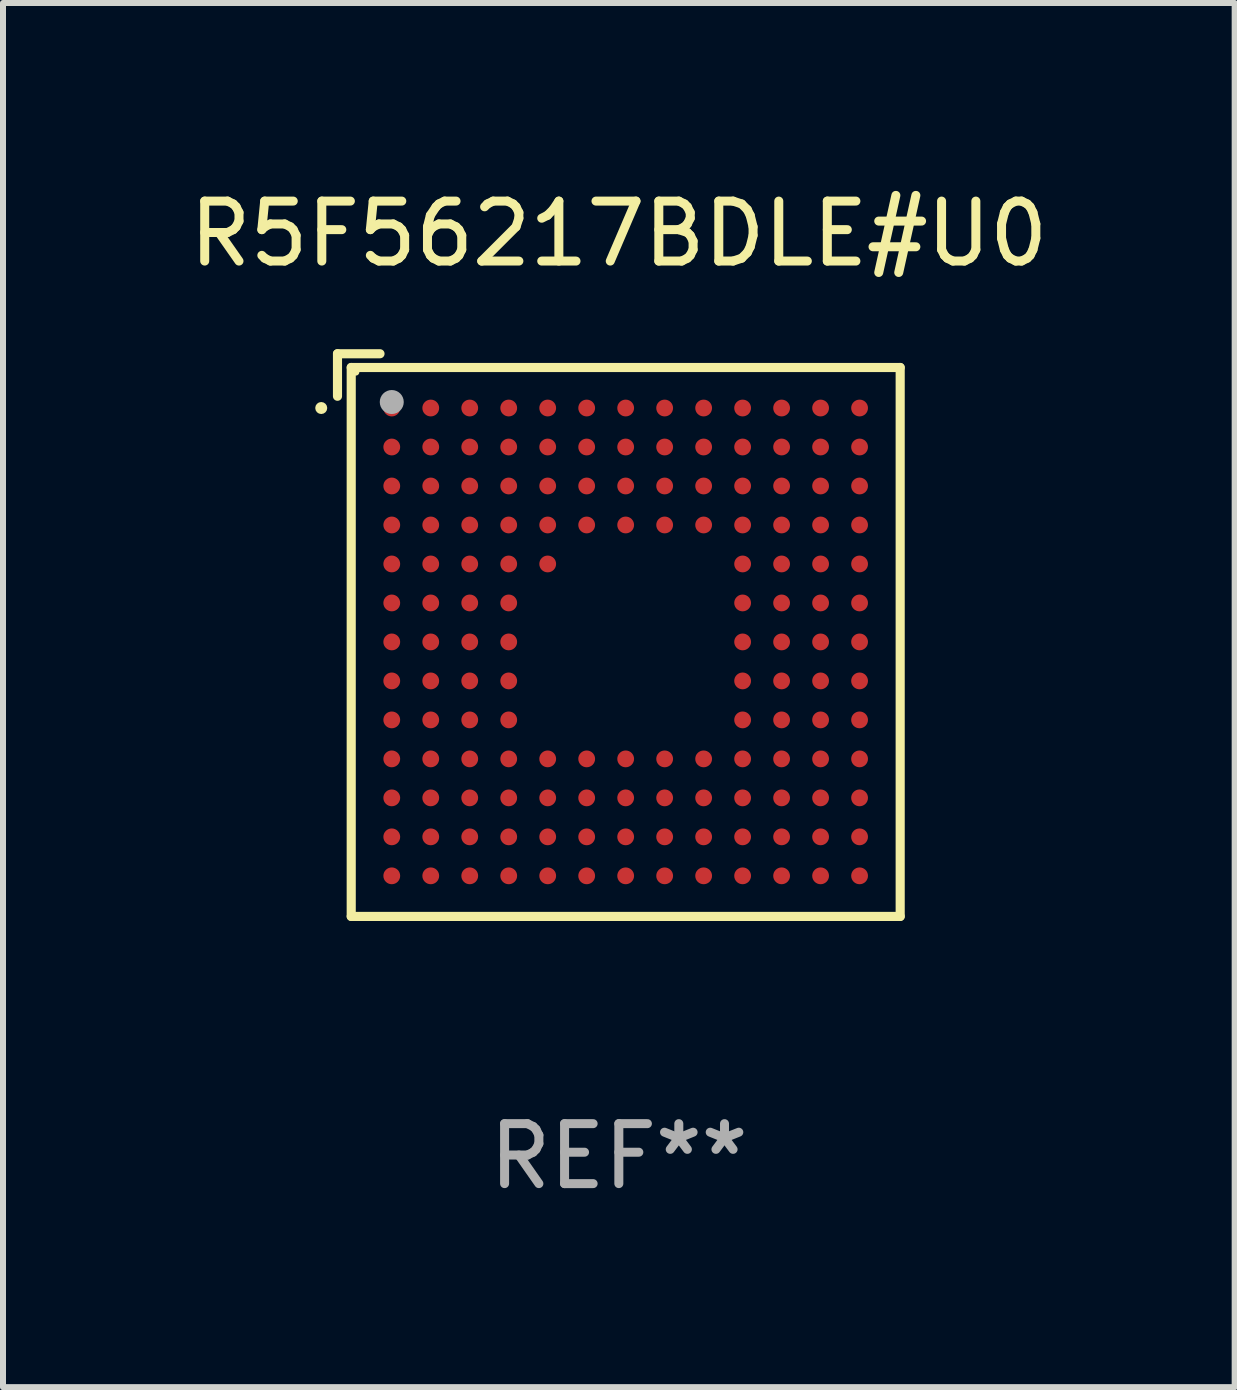
<source format=kicad_pcb>
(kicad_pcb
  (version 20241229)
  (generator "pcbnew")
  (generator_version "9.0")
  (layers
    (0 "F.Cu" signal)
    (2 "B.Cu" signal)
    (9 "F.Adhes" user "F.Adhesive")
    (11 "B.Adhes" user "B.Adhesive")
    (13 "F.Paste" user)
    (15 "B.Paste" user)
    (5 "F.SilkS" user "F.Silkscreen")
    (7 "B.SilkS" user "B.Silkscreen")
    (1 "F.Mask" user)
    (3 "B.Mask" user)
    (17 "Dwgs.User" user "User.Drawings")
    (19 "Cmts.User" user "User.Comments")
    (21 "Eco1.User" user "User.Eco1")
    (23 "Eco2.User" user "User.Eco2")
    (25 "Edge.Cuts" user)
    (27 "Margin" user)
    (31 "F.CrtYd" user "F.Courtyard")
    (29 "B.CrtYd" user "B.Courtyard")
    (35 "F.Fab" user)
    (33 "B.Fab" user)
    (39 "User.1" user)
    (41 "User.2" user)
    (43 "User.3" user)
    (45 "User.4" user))
  (footprint "R5F56217BDLE#U0"
    (layer "F.Cu")
    (at 7.268 7.539)
    (property "Reference" "R5F56217BDLE#U0" (at 0 -6.691 0) (layer "F.SilkS") (effects (font (size 1 1) (thickness 0.15))))
    (attr through_hole)
    (fp_line (start -4.691 -4.691) (end -3.982 -4.691) (stroke (width 0.152) (type solid)) (layer "F.SilkS"))
    (fp_line (start -4.691 -3.982) (end -4.691 -4.691) (stroke (width 0.152) (type solid)) (layer "F.SilkS"))
    (fp_line (start -4.462 -4.462) (end 4.691 -4.462) (stroke (width 0.152) (type solid)) (layer "F.SilkS"))
    (fp_line (start -4.462 4.691) (end -4.462 -4.462) (stroke (width 0.152) (type solid)) (layer "F.SilkS"))
    (fp_line (start 4.691 -4.462) (end 4.691 4.691) (stroke (width 0.152) (type solid)) (layer "F.SilkS"))
    (fp_line (start 4.691 4.691) (end -4.462 4.691) (stroke (width 0.152) (type solid)) (layer "F.SilkS"))
    (fp_circle (center -4.962 -3.786) (end -4.912 -3.786) (stroke (width 0.1) (type solid)) (fill no) (layer "F.SilkS"))
    (fp_circle (center -4.386 -4.386) (end -4.356 -4.386) (stroke (width 0.06) (type solid)) (fill no) (layer "F.SilkS"))
    (fp_circle (center -3.786 -3.886) (end -3.686 -3.886) (stroke (width 0.2) (type solid)) (fill no) (layer "F.Fab"))
    (fp_text user "REF**" (at 0 8.691 0) (layer "F.Fab") (effects (font (size 1 1) (thickness 0.15))))
    (pad "A1" smd circle (at -3.786 -3.786) (size 0.28 0.28) (layers "F.Cu" "F.Mask" "F.Paste"))
    (pad "A2" smd circle (at -3.136 -3.786) (size 0.28 0.28) (layers "F.Cu" "F.Mask" "F.Paste"))
    (pad "A3" smd circle (at -2.486 -3.786) (size 0.28 0.28) (layers "F.Cu" "F.Mask" "F.Paste"))
    (pad "A4" smd circle (at -1.836 -3.786) (size 0.28 0.28) (layers "F.Cu" "F.Mask" "F.Paste"))
    (pad "A5" smd circle (at -1.186 -3.786) (size 0.28 0.28) (layers "F.Cu" "F.Mask" "F.Paste"))
    (pad "A6" smd circle (at -0.536 -3.786) (size 0.28 0.28) (layers "F.Cu" "F.Mask" "F.Paste"))
    (pad "A7" smd circle (at 0.114 -3.786) (size 0.28 0.28) (layers "F.Cu" "F.Mask" "F.Paste"))
    (pad "A8" smd circle (at 0.764 -3.786) (size 0.28 0.28) (layers "F.Cu" "F.Mask" "F.Paste"))
    (pad "A9" smd circle (at 1.414 -3.786) (size 0.28 0.28) (layers "F.Cu" "F.Mask" "F.Paste"))
    (pad "A10" smd circle (at 2.064 -3.786) (size 0.28 0.28) (layers "F.Cu" "F.Mask" "F.Paste"))
    (pad "A11" smd circle (at 2.714 -3.786) (size 0.28 0.28) (layers "F.Cu" "F.Mask" "F.Paste"))
    (pad "A12" smd circle (at 3.364 -3.786) (size 0.28 0.28) (layers "F.Cu" "F.Mask" "F.Paste"))
    (pad "A13" smd circle (at 4.014 -3.786) (size 0.28 0.28) (layers "F.Cu" "F.Mask" "F.Paste"))
    (pad "B1" smd circle (at -3.786 -3.136) (size 0.28 0.28) (layers "F.Cu" "F.Mask" "F.Paste"))
    (pad "B2" smd circle (at -3.136 -3.136) (size 0.28 0.28) (layers "F.Cu" "F.Mask" "F.Paste"))
    (pad "B3" smd circle (at -2.486 -3.136) (size 0.28 0.28) (layers "F.Cu" "F.Mask" "F.Paste"))
    (pad "B4" smd circle (at -1.836 -3.136) (size 0.28 0.28) (layers "F.Cu" "F.Mask" "F.Paste"))
    (pad "B5" smd circle (at -1.186 -3.136) (size 0.28 0.28) (layers "F.Cu" "F.Mask" "F.Paste"))
    (pad "B6" smd circle (at -0.536 -3.136) (size 0.28 0.28) (layers "F.Cu" "F.Mask" "F.Paste"))
    (pad "B7" smd circle (at 0.114 -3.136) (size 0.28 0.28) (layers "F.Cu" "F.Mask" "F.Paste"))
    (pad "B8" smd circle (at 0.764 -3.136) (size 0.28 0.28) (layers "F.Cu" "F.Mask" "F.Paste"))
    (pad "B9" smd circle (at 1.414 -3.136) (size 0.28 0.28) (layers "F.Cu" "F.Mask" "F.Paste"))
    (pad "B10" smd circle (at 2.064 -3.136) (size 0.28 0.28) (layers "F.Cu" "F.Mask" "F.Paste"))
    (pad "B11" smd circle (at 2.714 -3.136) (size 0.28 0.28) (layers "F.Cu" "F.Mask" "F.Paste"))
    (pad "B12" smd circle (at 3.364 -3.136) (size 0.28 0.28) (layers "F.Cu" "F.Mask" "F.Paste"))
    (pad "B13" smd circle (at 4.014 -3.136) (size 0.28 0.28) (layers "F.Cu" "F.Mask" "F.Paste"))
    (pad "C1" smd circle (at -3.786 -2.486) (size 0.28 0.28) (layers "F.Cu" "F.Mask" "F.Paste"))
    (pad "C2" smd circle (at -3.136 -2.486) (size 0.28 0.28) (layers "F.Cu" "F.Mask" "F.Paste"))
    (pad "C3" smd circle (at -2.486 -2.486) (size 0.28 0.28) (layers "F.Cu" "F.Mask" "F.Paste"))
    (pad "C4" smd circle (at -1.836 -2.486) (size 0.28 0.28) (layers "F.Cu" "F.Mask" "F.Paste"))
    (pad "C5" smd circle (at -1.186 -2.486) (size 0.28 0.28) (layers "F.Cu" "F.Mask" "F.Paste"))
    (pad "C6" smd circle (at -0.536 -2.486) (size 0.28 0.28) (layers "F.Cu" "F.Mask" "F.Paste"))
    (pad "C7" smd circle (at 0.114 -2.486) (size 0.28 0.28) (layers "F.Cu" "F.Mask" "F.Paste"))
    (pad "C8" smd circle (at 0.764 -2.486) (size 0.28 0.28) (layers "F.Cu" "F.Mask" "F.Paste"))
    (pad "C9" smd circle (at 1.414 -2.486) (size 0.28 0.28) (layers "F.Cu" "F.Mask" "F.Paste"))
    (pad "C10" smd circle (at 2.064 -2.486) (size 0.28 0.28) (layers "F.Cu" "F.Mask" "F.Paste"))
    (pad "C11" smd circle (at 2.714 -2.486) (size 0.28 0.28) (layers "F.Cu" "F.Mask" "F.Paste"))
    (pad "C12" smd circle (at 3.364 -2.486) (size 0.28 0.28) (layers "F.Cu" "F.Mask" "F.Paste"))
    (pad "C13" smd circle (at 4.014 -2.486) (size 0.28 0.28) (layers "F.Cu" "F.Mask" "F.Paste"))
    (pad "D1" smd circle (at -3.786 -1.836) (size 0.28 0.28) (layers "F.Cu" "F.Mask" "F.Paste"))
    (pad "D2" smd circle (at -3.136 -1.836) (size 0.28 0.28) (layers "F.Cu" "F.Mask" "F.Paste"))
    (pad "D3" smd circle (at -2.486 -1.836) (size 0.28 0.28) (layers "F.Cu" "F.Mask" "F.Paste"))
    (pad "D4" smd circle (at -1.836 -1.836) (size 0.28 0.28) (layers "F.Cu" "F.Mask" "F.Paste"))
    (pad "D5" smd circle (at -1.186 -1.836) (size 0.28 0.28) (layers "F.Cu" "F.Mask" "F.Paste"))
    (pad "D6" smd circle (at -0.536 -1.836) (size 0.28 0.28) (layers "F.Cu" "F.Mask" "F.Paste"))
    (pad "D7" smd circle (at 0.114 -1.836) (size 0.28 0.28) (layers "F.Cu" "F.Mask" "F.Paste"))
    (pad "D8" smd circle (at 0.764 -1.836) (size 0.28 0.28) (layers "F.Cu" "F.Mask" "F.Paste"))
    (pad "D9" smd circle (at 1.414 -1.836) (size 0.28 0.28) (layers "F.Cu" "F.Mask" "F.Paste"))
    (pad "D10" smd circle (at 2.064 -1.836) (size 0.28 0.28) (layers "F.Cu" "F.Mask" "F.Paste"))
    (pad "D11" smd circle (at 2.714 -1.836) (size 0.28 0.28) (layers "F.Cu" "F.Mask" "F.Paste"))
    (pad "D12" smd circle (at 3.364 -1.836) (size 0.28 0.28) (layers "F.Cu" "F.Mask" "F.Paste"))
    (pad "D13" smd circle (at 4.014 -1.836) (size 0.28 0.28) (layers "F.Cu" "F.Mask" "F.Paste"))
    (pad "E1" smd circle (at -3.786 -1.186) (size 0.28 0.28) (layers "F.Cu" "F.Mask" "F.Paste"))
    (pad "E2" smd circle (at -3.136 -1.186) (size 0.28 0.28) (layers "F.Cu" "F.Mask" "F.Paste"))
    (pad "E3" smd circle (at -2.486 -1.186) (size 0.28 0.28) (layers "F.Cu" "F.Mask" "F.Paste"))
    (pad "E4" smd circle (at -1.836 -1.186) (size 0.28 0.28) (layers "F.Cu" "F.Mask" "F.Paste"))
    (pad "E5" smd circle (at -1.186 -1.186) (size 0.28 0.28) (layers "F.Cu" "F.Mask" "F.Paste"))
    (pad "E10" smd circle (at 2.064 -1.186) (size 0.28 0.28) (layers "F.Cu" "F.Mask" "F.Paste"))
    (pad "E11" smd circle (at 2.714 -1.186) (size 0.28 0.28) (layers "F.Cu" "F.Mask" "F.Paste"))
    (pad "E12" smd circle (at 3.364 -1.186) (size 0.28 0.28) (layers "F.Cu" "F.Mask" "F.Paste"))
    (pad "E13" smd circle (at 4.014 -1.186) (size 0.28 0.28) (layers "F.Cu" "F.Mask" "F.Paste"))
    (pad "F1" smd circle (at -3.786 -0.536) (size 0.28 0.28) (layers "F.Cu" "F.Mask" "F.Paste"))
    (pad "F2" smd circle (at -3.136 -0.536) (size 0.28 0.28) (layers "F.Cu" "F.Mask" "F.Paste"))
    (pad "F3" smd circle (at -2.486 -0.536) (size 0.28 0.28) (layers "F.Cu" "F.Mask" "F.Paste"))
    (pad "F4" smd circle (at -1.836 -0.536) (size 0.28 0.28) (layers "F.Cu" "F.Mask" "F.Paste"))
    (pad "F10" smd circle (at 2.064 -0.536) (size 0.28 0.28) (layers "F.Cu" "F.Mask" "F.Paste"))
    (pad "F11" smd circle (at 2.714 -0.536) (size 0.28 0.28) (layers "F.Cu" "F.Mask" "F.Paste"))
    (pad "F12" smd circle (at 3.364 -0.536) (size 0.28 0.28) (layers "F.Cu" "F.Mask" "F.Paste"))
    (pad "F13" smd circle (at 4.014 -0.536) (size 0.28 0.28) (layers "F.Cu" "F.Mask" "F.Paste"))
    (pad "G1" smd circle (at -3.786 0.114) (size 0.28 0.28) (layers "F.Cu" "F.Mask" "F.Paste"))
    (pad "G2" smd circle (at -3.136 0.114) (size 0.28 0.28) (layers "F.Cu" "F.Mask" "F.Paste"))
    (pad "G3" smd circle (at -2.486 0.114) (size 0.28 0.28) (layers "F.Cu" "F.Mask" "F.Paste"))
    (pad "G4" smd circle (at -1.836 0.114) (size 0.28 0.28) (layers "F.Cu" "F.Mask" "F.Paste"))
    (pad "G10" smd circle (at 2.064 0.114) (size 0.28 0.28) (layers "F.Cu" "F.Mask" "F.Paste"))
    (pad "G11" smd circle (at 2.714 0.114) (size 0.28 0.28) (layers "F.Cu" "F.Mask" "F.Paste"))
    (pad "G12" smd circle (at 3.364 0.114) (size 0.28 0.28) (layers "F.Cu" "F.Mask" "F.Paste"))
    (pad "G13" smd circle (at 4.014 0.114) (size 0.28 0.28) (layers "F.Cu" "F.Mask" "F.Paste"))
    (pad "H1" smd circle (at -3.786 0.764) (size 0.28 0.28) (layers "F.Cu" "F.Mask" "F.Paste"))
    (pad "H2" smd circle (at -3.136 0.764) (size 0.28 0.28) (layers "F.Cu" "F.Mask" "F.Paste"))
    (pad "H3" smd circle (at -2.486 0.764) (size 0.28 0.28) (layers "F.Cu" "F.Mask" "F.Paste"))
    (pad "H4" smd circle (at -1.836 0.764) (size 0.28 0.28) (layers "F.Cu" "F.Mask" "F.Paste"))
    (pad "H10" smd circle (at 2.064 0.764) (size 0.28 0.28) (layers "F.Cu" "F.Mask" "F.Paste"))
    (pad "H11" smd circle (at 2.714 0.764) (size 0.28 0.28) (layers "F.Cu" "F.Mask" "F.Paste"))
    (pad "H12" smd circle (at 3.364 0.764) (size 0.28 0.28) (layers "F.Cu" "F.Mask" "F.Paste"))
    (pad "H13" smd circle (at 4.014 0.764) (size 0.28 0.28) (layers "F.Cu" "F.Mask" "F.Paste"))
    (pad "J1" smd circle (at -3.786 1.414) (size 0.28 0.28) (layers "F.Cu" "F.Mask" "F.Paste"))
    (pad "J2" smd circle (at -3.136 1.414) (size 0.28 0.28) (layers "F.Cu" "F.Mask" "F.Paste"))
    (pad "J3" smd circle (at -2.486 1.414) (size 0.28 0.28) (layers "F.Cu" "F.Mask" "F.Paste"))
    (pad "J4" smd circle (at -1.836 1.414) (size 0.28 0.28) (layers "F.Cu" "F.Mask" "F.Paste"))
    (pad "J10" smd circle (at 2.064 1.414) (size 0.28 0.28) (layers "F.Cu" "F.Mask" "F.Paste"))
    (pad "J11" smd circle (at 2.714 1.414) (size 0.28 0.28) (layers "F.Cu" "F.Mask" "F.Paste"))
    (pad "J12" smd circle (at 3.364 1.414) (size 0.28 0.28) (layers "F.Cu" "F.Mask" "F.Paste"))
    (pad "J13" smd circle (at 4.014 1.414) (size 0.28 0.28) (layers "F.Cu" "F.Mask" "F.Paste"))
    (pad "K1" smd circle (at -3.786 2.064) (size 0.28 0.28) (layers "F.Cu" "F.Mask" "F.Paste"))
    (pad "K2" smd circle (at -3.136 2.064) (size 0.28 0.28) (layers "F.Cu" "F.Mask" "F.Paste"))
    (pad "K3" smd circle (at -2.486 2.064) (size 0.28 0.28) (layers "F.Cu" "F.Mask" "F.Paste"))
    (pad "K4" smd circle (at -1.836 2.064) (size 0.28 0.28) (layers "F.Cu" "F.Mask" "F.Paste"))
    (pad "K5" smd circle (at -1.186 2.064) (size 0.28 0.28) (layers "F.Cu" "F.Mask" "F.Paste"))
    (pad "K6" smd circle (at -0.536 2.064) (size 0.28 0.28) (layers "F.Cu" "F.Mask" "F.Paste"))
    (pad "K7" smd circle (at 0.114 2.064) (size 0.28 0.28) (layers "F.Cu" "F.Mask" "F.Paste"))
    (pad "K8" smd circle (at 0.764 2.064) (size 0.28 0.28) (layers "F.Cu" "F.Mask" "F.Paste"))
    (pad "K9" smd circle (at 1.414 2.064) (size 0.28 0.28) (layers "F.Cu" "F.Mask" "F.Paste"))
    (pad "K10" smd circle (at 2.064 2.064) (size 0.28 0.28) (layers "F.Cu" "F.Mask" "F.Paste"))
    (pad "K11" smd circle (at 2.714 2.064) (size 0.28 0.28) (layers "F.Cu" "F.Mask" "F.Paste"))
    (pad "K12" smd circle (at 3.364 2.064) (size 0.28 0.28) (layers "F.Cu" "F.Mask" "F.Paste"))
    (pad "K13" smd circle (at 4.014 2.064) (size 0.28 0.28) (layers "F.Cu" "F.Mask" "F.Paste"))
    (pad "L1" smd circle (at -3.786 2.714) (size 0.28 0.28) (layers "F.Cu" "F.Mask" "F.Paste"))
    (pad "L2" smd circle (at -3.136 2.714) (size 0.28 0.28) (layers "F.Cu" "F.Mask" "F.Paste"))
    (pad "L3" smd circle (at -2.486 2.714) (size 0.28 0.28) (layers "F.Cu" "F.Mask" "F.Paste"))
    (pad "L4" smd circle (at -1.836 2.714) (size 0.28 0.28) (layers "F.Cu" "F.Mask" "F.Paste"))
    (pad "L5" smd circle (at -1.186 2.714) (size 0.28 0.28) (layers "F.Cu" "F.Mask" "F.Paste"))
    (pad "L6" smd circle (at -0.536 2.714) (size 0.28 0.28) (layers "F.Cu" "F.Mask" "F.Paste"))
    (pad "L7" smd circle (at 0.114 2.714) (size 0.28 0.28) (layers "F.Cu" "F.Mask" "F.Paste"))
    (pad "L8" smd circle (at 0.764 2.714) (size 0.28 0.28) (layers "F.Cu" "F.Mask" "F.Paste"))
    (pad "L9" smd circle (at 1.414 2.714) (size 0.28 0.28) (layers "F.Cu" "F.Mask" "F.Paste"))
    (pad "L10" smd circle (at 2.064 2.714) (size 0.28 0.28) (layers "F.Cu" "F.Mask" "F.Paste"))
    (pad "L11" smd circle (at 2.714 2.714) (size 0.28 0.28) (layers "F.Cu" "F.Mask" "F.Paste"))
    (pad "L12" smd circle (at 3.364 2.714) (size 0.28 0.28) (layers "F.Cu" "F.Mask" "F.Paste"))
    (pad "L13" smd circle (at 4.014 2.714) (size 0.28 0.28) (layers "F.Cu" "F.Mask" "F.Paste"))
    (pad "M1" smd circle (at -3.786 3.364) (size 0.28 0.28) (layers "F.Cu" "F.Mask" "F.Paste"))
    (pad "M2" smd circle (at -3.136 3.364) (size 0.28 0.28) (layers "F.Cu" "F.Mask" "F.Paste"))
    (pad "M3" smd circle (at -2.486 3.364) (size 0.28 0.28) (layers "F.Cu" "F.Mask" "F.Paste"))
    (pad "M4" smd circle (at -1.836 3.364) (size 0.28 0.28) (layers "F.Cu" "F.Mask" "F.Paste"))
    (pad "M5" smd circle (at -1.186 3.364) (size 0.28 0.28) (layers "F.Cu" "F.Mask" "F.Paste"))
    (pad "M6" smd circle (at -0.536 3.364) (size 0.28 0.28) (layers "F.Cu" "F.Mask" "F.Paste"))
    (pad "M7" smd circle (at 0.114 3.364) (size 0.28 0.28) (layers "F.Cu" "F.Mask" "F.Paste"))
    (pad "M8" smd circle (at 0.764 3.364) (size 0.28 0.28) (layers "F.Cu" "F.Mask" "F.Paste"))
    (pad "M9" smd circle (at 1.414 3.364) (size 0.28 0.28) (layers "F.Cu" "F.Mask" "F.Paste"))
    (pad "M10" smd circle (at 2.064 3.364) (size 0.28 0.28) (layers "F.Cu" "F.Mask" "F.Paste"))
    (pad "M11" smd circle (at 2.714 3.364) (size 0.28 0.28) (layers "F.Cu" "F.Mask" "F.Paste"))
    (pad "M12" smd circle (at 3.364 3.364) (size 0.28 0.28) (layers "F.Cu" "F.Mask" "F.Paste"))
    (pad "M13" smd circle (at 4.014 3.364) (size 0.28 0.28) (layers "F.Cu" "F.Mask" "F.Paste"))
    (pad "N1" smd circle (at -3.786 4.014) (size 0.28 0.28) (layers "F.Cu" "F.Mask" "F.Paste"))
    (pad "N2" smd circle (at -3.136 4.014) (size 0.28 0.28) (layers "F.Cu" "F.Mask" "F.Paste"))
    (pad "N3" smd circle (at -2.486 4.014) (size 0.28 0.28) (layers "F.Cu" "F.Mask" "F.Paste"))
    (pad "N4" smd circle (at -1.836 4.014) (size 0.28 0.28) (layers "F.Cu" "F.Mask" "F.Paste"))
    (pad "N5" smd circle (at -1.186 4.014) (size 0.28 0.28) (layers "F.Cu" "F.Mask" "F.Paste"))
    (pad "N6" smd circle (at -0.536 4.014) (size 0.28 0.28) (layers "F.Cu" "F.Mask" "F.Paste"))
    (pad "N7" smd circle (at 0.114 4.014) (size 0.28 0.28) (layers "F.Cu" "F.Mask" "F.Paste"))
    (pad "N8" smd circle (at 0.764 4.014) (size 0.28 0.28) (layers "F.Cu" "F.Mask" "F.Paste"))
    (pad "N9" smd circle (at 1.414 4.014) (size 0.28 0.28) (layers "F.Cu" "F.Mask" "F.Paste"))
    (pad "N10" smd circle (at 2.064 4.014) (size 0.28 0.28) (layers "F.Cu" "F.Mask" "F.Paste"))
    (pad "N11" smd circle (at 2.714 4.014) (size 0.28 0.28) (layers "F.Cu" "F.Mask" "F.Paste"))
    (pad "N12" smd circle (at 3.364 4.014) (size 0.28 0.28) (layers "F.Cu" "F.Mask" "F.Paste"))
    (pad "N13" smd circle (at 4.014 4.014) (size 0.28 0.28) (layers "F.Cu" "F.Mask" "F.Paste")))
  (gr_rect
    (start -3 -3)
    (end 17.536 20.078)
    (stroke (width 0.1) (type default))
    (fill no)
    (layer "Edge.Cuts")))
</source>
